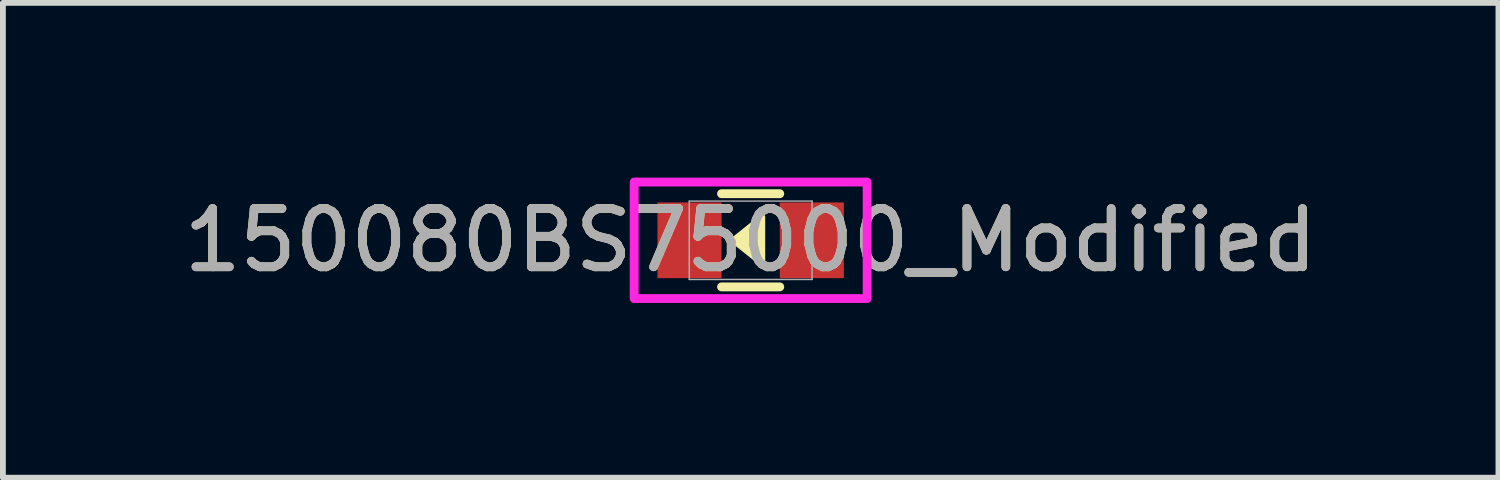
<source format=kicad_pcb>
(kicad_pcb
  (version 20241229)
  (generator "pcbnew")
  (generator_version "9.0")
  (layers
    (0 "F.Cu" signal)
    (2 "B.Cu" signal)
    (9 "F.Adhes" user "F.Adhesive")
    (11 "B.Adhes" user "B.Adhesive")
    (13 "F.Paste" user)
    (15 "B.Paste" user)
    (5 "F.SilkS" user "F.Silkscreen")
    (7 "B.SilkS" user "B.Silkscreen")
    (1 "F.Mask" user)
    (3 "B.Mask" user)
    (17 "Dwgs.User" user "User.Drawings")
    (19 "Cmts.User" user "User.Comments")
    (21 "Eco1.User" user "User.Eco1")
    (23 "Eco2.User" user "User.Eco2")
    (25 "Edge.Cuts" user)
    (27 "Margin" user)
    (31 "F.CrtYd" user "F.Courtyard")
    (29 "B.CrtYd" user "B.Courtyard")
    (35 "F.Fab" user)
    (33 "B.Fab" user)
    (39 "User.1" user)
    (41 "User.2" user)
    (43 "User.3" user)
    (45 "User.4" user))
  (footprint "150080BS75000_Modified"
    (layer "F.Cu")
    (at 9.839 1.076)
    (property "Reference" "150080BS75000_Modified" (at 0 0 0) (unlocked yes) (layer "F.SilkS") (effects (font (size 1 1) (thickness 0.15))))
    (attr smd)
    (fp_line (start -0.5 0.8) (end 0.5 0.8) (stroke (width 0.152) (type solid)) (layer "F.SilkS"))
    (fp_line (start 0.5 -0.8) (end -0.5 -0.8) (stroke (width 0.152) (type solid)) (layer "F.SilkS"))
    (fp_poly (pts (xy -0.3 0) (xy 0.2 -0.4) (xy 0.2 0.4)) (stroke (width 0.1) (type solid)) (fill yes) (layer "F.SilkS"))
    (fp_rect (start -2 -1) (end 2 1) (stroke (width 0.152) (type solid)) (fill no) (layer "F.CrtYd"))
    (fp_line (start -1.054 -0.673) (end -1.054 0.673) (stroke (width 0.025) (type solid)) (layer "F.Fab"))
    (fp_line (start -1.054 0.673) (end 1.054 0.673) (stroke (width 0.025) (type solid)) (layer "F.Fab"))
    (fp_line (start 1.054 -0.673) (end -1.054 -0.673) (stroke (width 0.025) (type solid)) (layer "F.Fab"))
    (fp_line (start 1.054 0.673) (end 1.054 -0.673) (stroke (width 0.025) (type solid)) (layer "F.Fab"))
    (fp_text user "${REFERENCE}" (at 0 0 0) (unlocked yes) (layer "F.Fab") (effects (font (size 1 1) (thickness 0.15))))
    (pad "1" smd rect (at -1.05 0) (size 1.1 1.3) (layers "F.Cu" "F.Mask" "F.Paste"))
    (pad "2" smd rect (at 1.05 0) (size 1.1 1.3) (layers "F.Cu" "F.Mask" "F.Paste"))
    (zone (net_name "") (layer "F.Cu") (hatch full 0.508) (connect_pads) (min_thickness 0.254) (filled_areas_thickness no) (keepout (tracks not_allowed) (vias not_allowed) (pads allowed) (copperpour not_allowed) (footprints allowed)) (placement (enabled no)) (fill) (polygon (pts (xy 9.242 0.454) (xy 10.436 0.454) (xy 10.436 1.698) (xy 9.242 1.698)))))
  (gr_rect
    (start -3 -3)
    (end 22.679 5.152)
    (stroke (width 0.1) (type default))
    (fill no)
    (layer "Edge.Cuts")))
</source>
